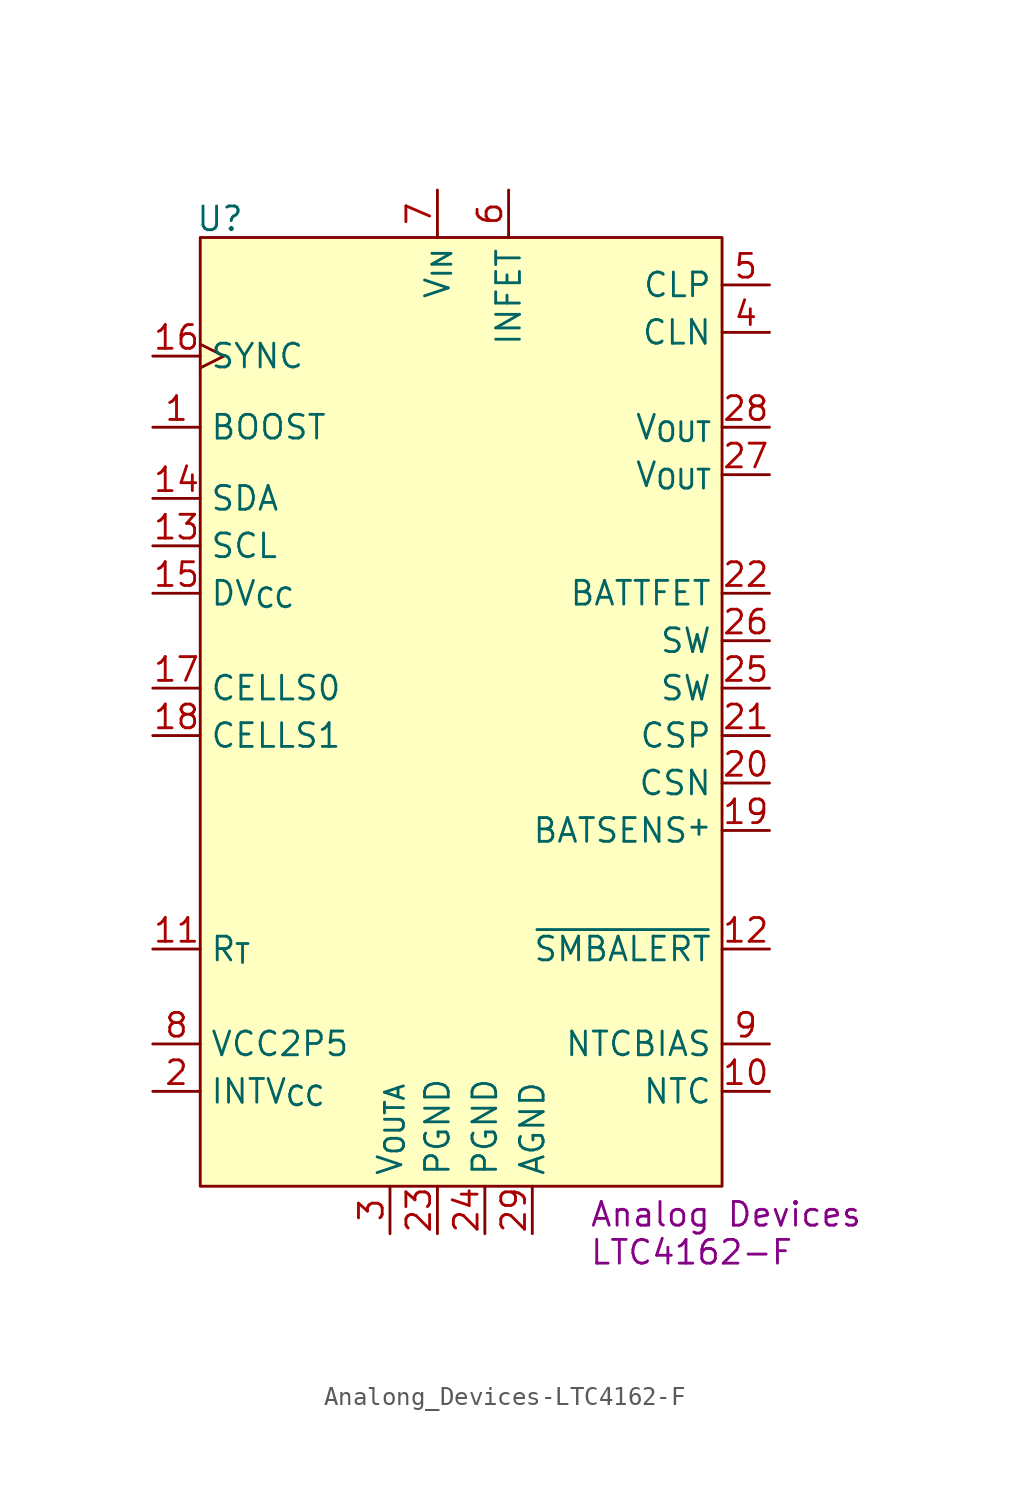
<source format=kicad_sym>
(kicad_symbol_lib
  (version 20231120)
  (generator "kicad_symbol_editor")
  (generator_version "8.0")
  (symbol "Analong_Devices-LTC4162-F"
    (property "Reference" "U"
      (at -14.224 23.114 0)
      (effects (font (size 1.27 1.27)) (justify left bottom)))
    (property "Value" ""
      (at 16.51 12.7 0)
      (effects (font (size 1.27 1.27))))
    (property "Manufacturer" "Analog Devices"
      (at 6.858 -28.702 0)
      (effects (font (size 1.27 1.27)) (justify left top)))
    (property "MPN" "LTC4162-F"
      (at 6.858 -30.734 0)
      (effects (font (size 1.27 1.27)) (justify left top)))
    (symbol "Analong_Devices-LTC4162-F_0_0"
      (pin output line (at -16.51 12.7 0) (length 2.54) (name "BOOST" (effects (font (size 1.27 1.27)))) (number "1" (effects (font (size 1.27 1.27)))))
      (pin input line (at 16.51 -22.86 180) (length 2.54) (name "NTC" (effects (font (size 1.27 1.27)))) (number "10" (effects (font (size 1.27 1.27)))))
      (pin input line (at -16.51 -15.24 0) (length 2.54) (name "R_{T}" (effects (font (size 1.27 1.27)))) (number "11" (effects (font (size 1.27 1.27)))))
      (pin output line (at 16.51 -15.24 180) (length 2.54) (name "~{SMBALERT}" (effects (font (size 1.27 1.27)))) (number "12" (effects (font (size 1.27 1.27)))))
      (pin input line (at -16.51 6.35 0) (length 2.54) (name "SCL" (effects (font (size 1.27 1.27)))) (number "13" (effects (font (size 1.27 1.27)))))
      (pin bidirectional line (at -16.51 8.89 0) (length 2.54) (name "SDA" (effects (font (size 1.27 1.27)))) (number "14" (effects (font (size 1.27 1.27)))))
      (pin input line (at -16.51 3.81 0) (length 2.54) (name "DV_{CC}" (effects (font (size 1.27 1.27)))) (number "15" (effects (font (size 1.27 1.27)))))
      (pin input clock (at -16.51 16.51 0) (length 2.54) (name "SYNC" (effects (font (size 1.27 1.27)))) (number "16" (effects (font (size 1.27 1.27)))))
      (pin input line (at -16.51 -1.27 0) (length 2.54) (name "CELLS0" (effects (font (size 1.27 1.27)))) (number "17" (effects (font (size 1.27 1.27)))))
      (pin input line (at -16.51 -3.81 0) (length 2.54) (name "CELLS1" (effects (font (size 1.27 1.27)))) (number "18" (effects (font (size 1.27 1.27)))))
      (pin input line (at 16.51 -8.89 180) (length 2.54) (name "BATSENS^{+}" (effects (font (size 1.27 1.27)))) (number "19" (effects (font (size 1.27 1.27)))))
      (pin passive line (at -16.51 -22.86 0) (length 2.54) (name "INTV_{CC}" (effects (font (size 1.27 1.27)))) (number "2" (effects (font (size 1.27 1.27)))))
      (pin input line (at 16.51 -6.35 180) (length 2.54) (name "CSN" (effects (font (size 1.27 1.27)))) (number "20" (effects (font (size 1.27 1.27)))))
      (pin input line (at 16.51 -3.81 180) (length 2.54) (name "CSP" (effects (font (size 1.27 1.27)))) (number "21" (effects (font (size 1.27 1.27)))))
      (pin output line (at 16.51 3.81 180) (length 2.54) (name "BATTFET" (effects (font (size 1.27 1.27)))) (number "22" (effects (font (size 1.27 1.27)))))
      (pin power_in line (at -1.27 -30.48 90) (length 2.54) (name "PGND" (effects (font (size 1.27 1.27)))) (number "23" (effects (font (size 1.27 1.27)))))
      (pin power_in line (at 1.27 -30.48 90) (length 2.54) (name "PGND" (effects (font (size 1.27 1.27)))) (number "24" (effects (font (size 1.27 1.27)))))
      (pin bidirectional line (at 16.51 -1.27 180) (length 2.54) (name "SW" (effects (font (size 1.27 1.27)))) (number "25" (effects (font (size 1.27 1.27)))))
      (pin bidirectional line (at 16.51 1.27 180) (length 2.54) (name "SW" (effects (font (size 1.27 1.27)))) (number "26" (effects (font (size 1.27 1.27)))))
      (pin power_out line (at 16.51 10.16 180) (length 2.54) (name "V_{OUT}" (effects (font (size 1.27 1.27)))) (number "27" (effects (font (size 1.27 1.27)))))
      (pin output line (at 16.51 12.7 180) (length 2.54) (name "V_{OUT}" (effects (font (size 1.27 1.27)))) (number "28" (effects (font (size 1.27 1.27)))))
      (pin power_out line (at -3.81 -30.48 90) (length 2.54) (name "V_{OUTA}" (effects (font (size 1.27 1.27)))) (number "3" (effects (font (size 1.27 1.27)))))
      (pin passive line (at 16.51 17.78 180) (length 2.54) (name "CLN" (effects (font (size 1.27 1.27)))) (number "4" (effects (font (size 1.27 1.27)))))
      (pin passive line (at 16.51 20.32 180) (length 2.54) (name "CLP" (effects (font (size 1.27 1.27)))) (number "5" (effects (font (size 1.27 1.27)))))
      (pin input line (at 2.54 25.4 270) (length 2.54) (name "INFET" (effects (font (size 1.27 1.27)))) (number "6" (effects (font (size 1.27 1.27)))))
      (pin power_in line (at -1.27 25.4 270) (length 2.54) (name "V_{IN}" (effects (font (size 1.27 1.27)))) (number "7" (effects (font (size 1.27 1.27)))))
      (pin passive line (at -16.51 -20.32 0) (length 2.54) (name "VCC2P5" (effects (font (size 1.27 1.27)))) (number "8" (effects (font (size 1.27 1.27)))))
      (pin output line (at 16.51 -20.32 180) (length 2.54) (name "NTCBIAS" (effects (font (size 1.27 1.27)))) (number "9" (effects (font (size 1.27 1.27))))))
    (symbol "Analong_Devices-LTC4162-F_0_1"
      (rectangle (start -13.97 22.86) (end 13.97 -27.94) (stroke (width 0) (type default)) (fill (type background))))
    (symbol "Analong_Devices-LTC4162-F_1_0"
      (pin power_in line (at 3.81 -30.48 90) (length 2.54) (name "AGND" (effects (font (size 1.27 1.27)))) (number "29" (effects (font (size 1.27 1.27))))))))
</source>
